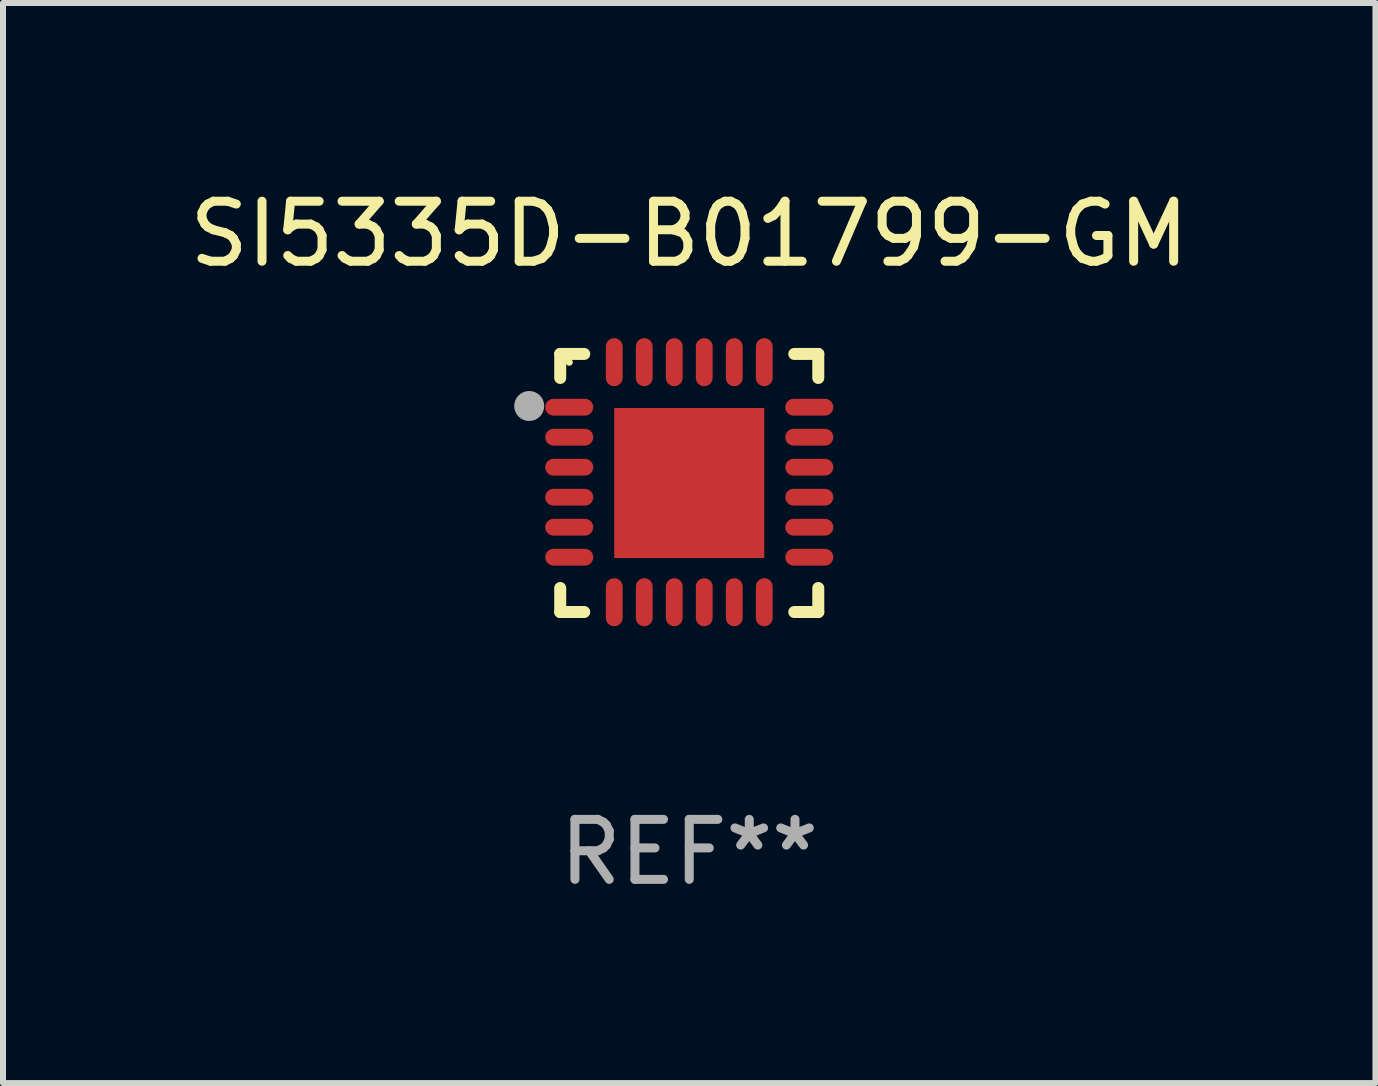
<source format=kicad_pcb>
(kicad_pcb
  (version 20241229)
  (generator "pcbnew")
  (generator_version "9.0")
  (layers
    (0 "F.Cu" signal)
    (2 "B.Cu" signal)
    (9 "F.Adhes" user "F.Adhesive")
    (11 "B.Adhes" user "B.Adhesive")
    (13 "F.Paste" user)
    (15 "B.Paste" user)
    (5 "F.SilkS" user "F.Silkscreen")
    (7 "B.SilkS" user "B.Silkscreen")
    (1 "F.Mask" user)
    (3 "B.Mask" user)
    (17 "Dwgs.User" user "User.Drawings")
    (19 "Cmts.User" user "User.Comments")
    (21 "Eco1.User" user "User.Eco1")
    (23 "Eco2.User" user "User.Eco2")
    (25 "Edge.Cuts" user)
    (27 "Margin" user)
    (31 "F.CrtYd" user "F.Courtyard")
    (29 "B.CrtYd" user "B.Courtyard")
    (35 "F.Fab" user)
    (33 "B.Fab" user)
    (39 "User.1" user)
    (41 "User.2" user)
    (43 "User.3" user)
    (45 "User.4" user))
  (footprint "SI5335D-B01799-GM"
    (layer "F.Cu")
    (at 8.435 4.998)
    (property "Reference" "SI5335D-B01799-GM" (at 0 -4.15 0) (layer "F.SilkS") (effects (font (size 1 1) (thickness 0.15))))
    (attr through_hole)
    (fp_line (start -2.15 -2.15) (end -1.75 -2.15) (stroke (width 0.2) (type solid)) (layer "F.SilkS"))
    (fp_line (start -2.15 -1.75) (end -2.15 -2.15) (stroke (width 0.2) (type solid)) (layer "F.SilkS"))
    (fp_line (start -2.15 2.15) (end -2.15 1.75) (stroke (width 0.2) (type solid)) (layer "F.SilkS"))
    (fp_line (start -1.75 2.15) (end -2.15 2.15) (stroke (width 0.2) (type solid)) (layer "F.SilkS"))
    (fp_line (start 1.75 -2.15) (end 2.15 -2.15) (stroke (width 0.2) (type solid)) (layer "F.SilkS"))
    (fp_line (start 1.75 2.15) (end 2.15 2.15) (stroke (width 0.2) (type solid)) (layer "F.SilkS"))
    (fp_line (start 2.15 -2.15) (end 2.15 -1.75) (stroke (width 0.2) (type solid)) (layer "F.SilkS"))
    (fp_line (start 2.15 2.15) (end 2.15 1.75) (stroke (width 0.2) (type solid)) (layer "F.SilkS"))
    (fp_circle (center -2 -2.013) (end -1.97 -2.013) (stroke (width 0.06) (type solid)) (fill no) (layer "F.SilkS"))
    (fp_circle (center -2.667 -1.283) (end -2.542 -1.283) (stroke (width 0.25) (type solid)) (fill no) (layer "F.Fab"))
    (fp_text user "REF**" (at 0 6.15 0) (layer "F.Fab") (effects (font (size 1 1) (thickness 0.15))))
    (pad "1" smd oval (at -2 -1.263) (size 0.8 0.28) (layers "F.Cu" "F.Mask" "F.Paste"))
    (pad "2" smd oval (at -2 -0.763) (size 0.8 0.28) (layers "F.Cu" "F.Mask" "F.Paste"))
    (pad "3" smd oval (at -2 -0.263) (size 0.8 0.28) (layers "F.Cu" "F.Mask" "F.Paste"))
    (pad "4" smd oval (at -2 0.237) (size 0.8 0.28) (layers "F.Cu" "F.Mask" "F.Paste"))
    (pad "5" smd oval (at -2 0.737) (size 0.8 0.28) (layers "F.Cu" "F.Mask" "F.Paste"))
    (pad "6" smd oval (at -2 1.237) (size 0.8 0.28) (layers "F.Cu" "F.Mask" "F.Paste"))
    (pad "7" smd oval (at -1.25 1.987) (size 0.28 0.8) (layers "F.Cu" "F.Mask" "F.Paste"))
    (pad "8" smd oval (at -0.75 1.987) (size 0.28 0.8) (layers "F.Cu" "F.Mask" "F.Paste"))
    (pad "9" smd oval (at -0.25 1.987) (size 0.28 0.8) (layers "F.Cu" "F.Mask" "F.Paste"))
    (pad "10" smd oval (at 0.25 1.987) (size 0.28 0.8) (layers "F.Cu" "F.Mask" "F.Paste"))
    (pad "11" smd oval (at 0.75 1.987) (size 0.28 0.8) (layers "F.Cu" "F.Mask" "F.Paste"))
    (pad "12" smd oval (at 1.25 1.987) (size 0.28 0.8) (layers "F.Cu" "F.Mask" "F.Paste"))
    (pad "13" smd oval (at 2 1.237) (size 0.8 0.28) (layers "F.Cu" "F.Mask" "F.Paste"))
    (pad "14" smd oval (at 2 0.737) (size 0.8 0.28) (layers "F.Cu" "F.Mask" "F.Paste"))
    (pad "15" smd oval (at 2 0.237) (size 0.8 0.28) (layers "F.Cu" "F.Mask" "F.Paste"))
    (pad "16" smd oval (at 2 -0.263) (size 0.8 0.28) (layers "F.Cu" "F.Mask" "F.Paste"))
    (pad "17" smd oval (at 2 -0.763) (size 0.8 0.28) (layers "F.Cu" "F.Mask" "F.Paste"))
    (pad "18" smd oval (at 2 -1.263) (size 0.8 0.28) (layers "F.Cu" "F.Mask" "F.Paste"))
    (pad "19" smd oval (at 1.25 -2.013) (size 0.28 0.8) (layers "F.Cu" "F.Mask" "F.Paste"))
    (pad "20" smd oval (at 0.75 -2.013) (size 0.28 0.8) (layers "F.Cu" "F.Mask" "F.Paste"))
    (pad "21" smd oval (at 0.25 -2.013) (size 0.28 0.8) (layers "F.Cu" "F.Mask" "F.Paste"))
    (pad "22" smd oval (at -0.25 -2.013) (size 0.28 0.8) (layers "F.Cu" "F.Mask" "F.Paste"))
    (pad "23" smd oval (at -0.75 -2.013) (size 0.28 0.8) (layers "F.Cu" "F.Mask" "F.Paste"))
    (pad "24" smd oval (at -1.25 -2.013) (size 0.28 0.8) (layers "F.Cu" "F.Mask" "F.Paste"))
    (pad "25" smd rect (at -0.000127 -0.00014) (size 2.5 2.5) (layers "F.Cu" "F.Mask" "F.Paste")))
  (gr_rect
    (start -3 -3)
    (end 19.869 14.997)
    (stroke (width 0.1) (type default))
    (fill no)
    (layer "Edge.Cuts")))
</source>
